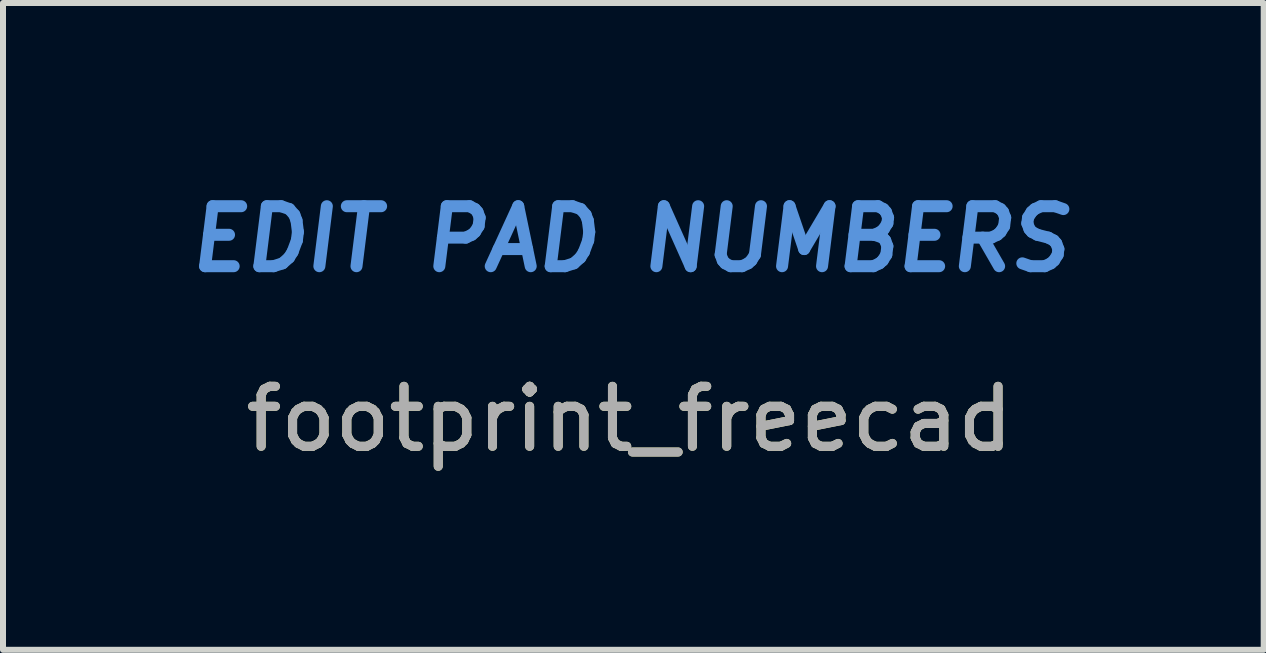
<source format=kicad_pcb>
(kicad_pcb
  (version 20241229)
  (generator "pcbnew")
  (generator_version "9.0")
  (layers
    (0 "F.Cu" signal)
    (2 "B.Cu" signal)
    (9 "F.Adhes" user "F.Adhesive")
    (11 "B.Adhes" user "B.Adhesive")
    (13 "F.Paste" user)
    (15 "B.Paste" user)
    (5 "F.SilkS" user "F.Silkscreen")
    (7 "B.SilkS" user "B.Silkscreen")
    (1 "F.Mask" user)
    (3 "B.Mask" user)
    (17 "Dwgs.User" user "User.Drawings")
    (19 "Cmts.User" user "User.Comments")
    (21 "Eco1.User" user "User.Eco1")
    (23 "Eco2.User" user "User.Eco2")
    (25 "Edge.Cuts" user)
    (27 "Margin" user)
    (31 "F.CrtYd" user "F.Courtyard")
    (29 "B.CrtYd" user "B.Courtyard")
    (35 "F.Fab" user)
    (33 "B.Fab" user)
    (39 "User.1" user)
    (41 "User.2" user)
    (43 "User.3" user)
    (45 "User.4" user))
  (footprint "footprint_freecad"
    (layer "F.Cu")
    (at 7.447 2.936)
    (property "Reference" "footprint_freecad" (at 0 1 0) (layer "F.SilkS") (effects (font (size 1 1) (thickness 0.15))))
    (attr smd)
    (fp_text user "EDIT PAD NUMBERS" (at 0 -2 0) (layer "Cmts.User") (effects (font (size 1 1) (thickness 0.2) (italic yes))))
    (fp_text user "${REFERENCE}" (at 0 1 0) (layer "F.Fab") (effects (font (size 1 1) (thickness 0.15)))))
  (gr_rect
    (start -3 -3)
    (end 18.019 7.784)
    (stroke (width 0.1) (type default))
    (fill no)
    (layer "Edge.Cuts")))
</source>
